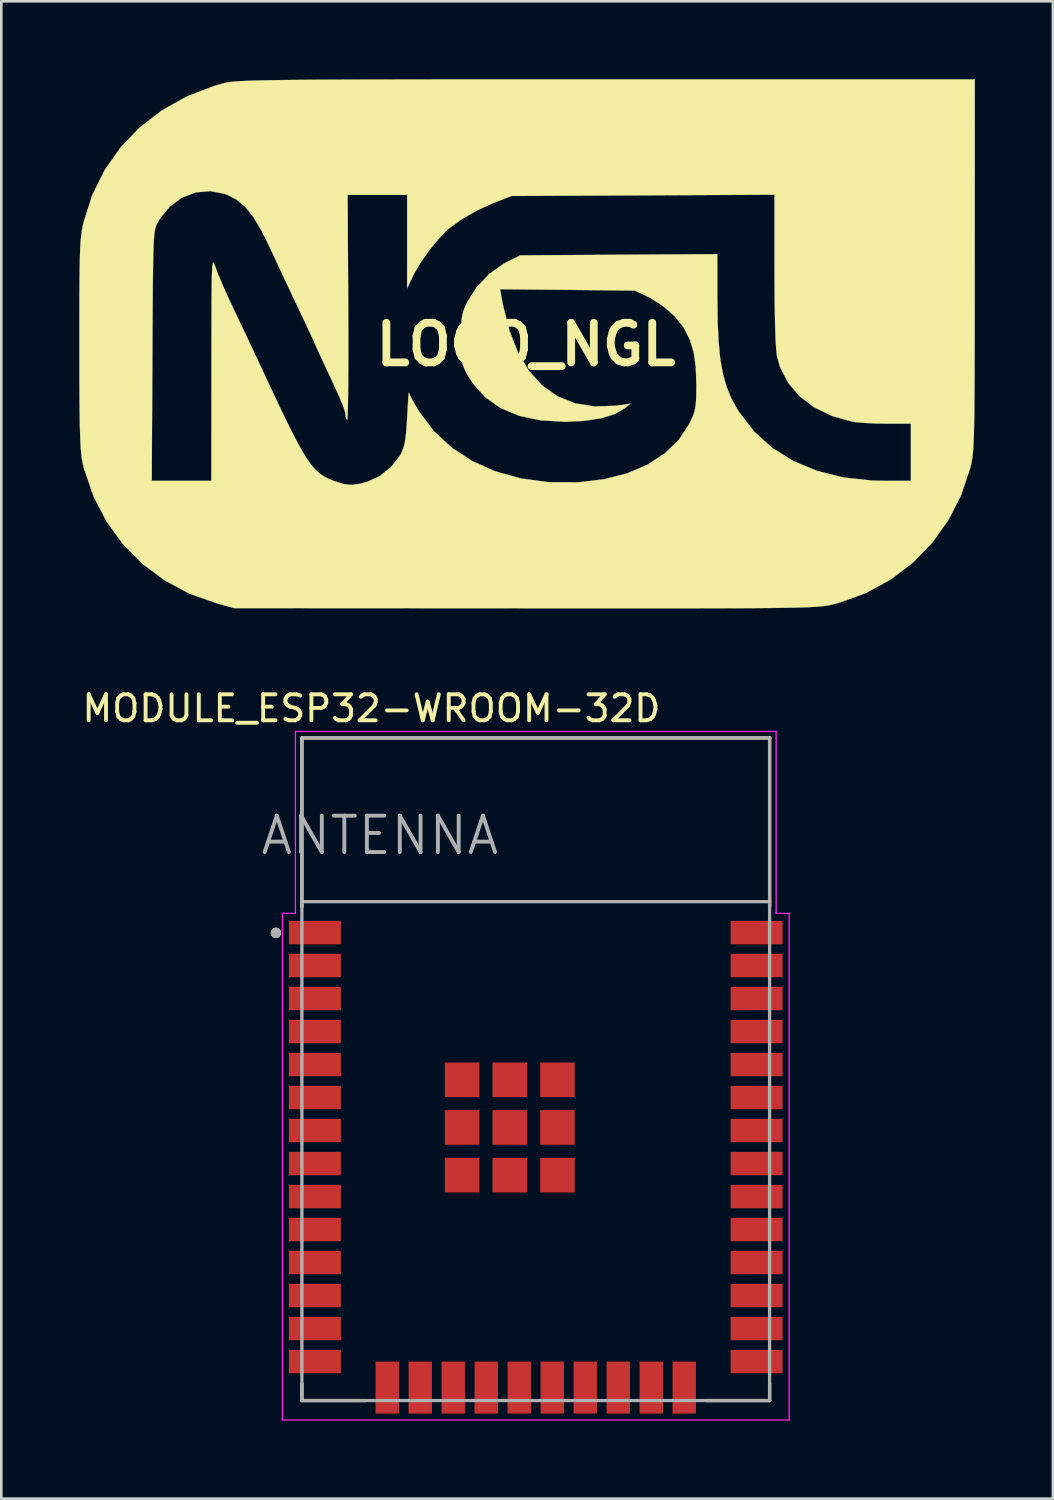
<source format=kicad_pcb>
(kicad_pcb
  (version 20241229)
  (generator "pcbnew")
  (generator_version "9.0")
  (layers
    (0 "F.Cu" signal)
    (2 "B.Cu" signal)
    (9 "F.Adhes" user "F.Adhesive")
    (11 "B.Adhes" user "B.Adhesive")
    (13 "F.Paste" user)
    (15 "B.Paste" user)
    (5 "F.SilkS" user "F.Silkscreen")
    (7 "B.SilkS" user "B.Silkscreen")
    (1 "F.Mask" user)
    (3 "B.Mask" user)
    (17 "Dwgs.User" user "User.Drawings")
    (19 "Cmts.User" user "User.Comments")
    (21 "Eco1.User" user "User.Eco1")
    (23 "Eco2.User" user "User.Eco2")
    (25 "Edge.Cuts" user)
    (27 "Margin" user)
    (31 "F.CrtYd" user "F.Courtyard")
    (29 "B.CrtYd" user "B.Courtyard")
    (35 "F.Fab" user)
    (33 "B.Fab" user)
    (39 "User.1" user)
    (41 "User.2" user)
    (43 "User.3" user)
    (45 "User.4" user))
  (footprint "LOGO_NGL"
    (layer "F.Cu")
    (at 17.19 10.207)
    (property "Reference" "LOGO_NGL" (at 0 0 0) (layer "F.SilkS") (effects (font (size 1.524 1.524) (thickness 0.3))))
    (attr through_hole)
    (fp_poly (pts (xy 17.273 -3.058) (xy 17.272 -1.791) (xy 17.271 -0.682) (xy 17.27 0.282) (xy 17.267 1.111) (xy 17.264 1.818) (xy 17.259 2.414) (xy 17.252 2.911) (xy 17.244 3.32) (xy 17.233 3.653) (xy 17.22 3.923) (xy 17.204 4.14) (xy 17.186 4.316) (xy 17.163 4.463) (xy 17.138 4.593) (xy 17.109 4.717) (xy 17.097 4.765) (xy 16.746 5.807) (xy 16.255 6.767) (xy 15.633 7.634) (xy 14.894 8.396) (xy 14.048 9.04) (xy 13.108 9.556) (xy 12.087 9.93) (xy 11.882 9.985) (xy 11.78 10.01) (xy 11.677 10.033) (xy 11.565 10.053) (xy 11.433 10.071) (xy 11.273 10.087) (xy 11.076 10.1) (xy 10.833 10.112) (xy 10.534 10.122) (xy 10.171 10.131) (xy 9.735 10.138) (xy 9.217 10.143) (xy 8.608 10.148) (xy 7.898 10.151) (xy 7.078 10.153) (xy 6.14 10.155) (xy 5.075 10.155) (xy 3.873 10.155) (xy 2.526 10.155) (xy 1.024 10.154) (xy -0.014 10.154) (xy -11.218 10.147) (xy -11.913 9.957) (xy -12.955 9.587) (xy -13.908 9.077) (xy -14.763 8.437) (xy -15.51 7.68) (xy -16.139 6.814) (xy -16.639 5.851) (xy -16.845 5.249) (xy -14.4 5.249) (xy -12.107 5.249) (xy -12.103 0.91) (xy -12.102 -0.057) (xy -12.1 -0.866) (xy -12.098 -1.531) (xy -12.094 -2.063) (xy -12.089 -2.474) (xy -12.081 -2.777) (xy -12.07 -2.984) (xy -12.056 -3.106) (xy -12.038 -3.157) (xy -12.016 -3.148) (xy -11.989 -3.091) (xy -11.956 -2.999) (xy -11.944 -2.963) (xy -11.848 -2.709) (xy -11.697 -2.348) (xy -11.511 -1.927) (xy -11.308 -1.491) (xy -11.284 -1.439) (xy -11.045 -0.937) (xy -10.769 -0.354) (xy -10.49 0.237) (xy -10.245 0.762) (xy -9.821 1.669) (xy -9.459 2.435) (xy -9.15 3.073) (xy -8.885 3.597) (xy -8.657 4.02) (xy -8.457 4.354) (xy -8.276 4.614) (xy -8.107 4.813) (xy -7.94 4.964) (xy -7.768 5.08) (xy -7.581 5.174) (xy -7.402 5.248) (xy -7.04 5.368) (xy -6.732 5.406) (xy -6.402 5.365) (xy -6.106 5.287) (xy -5.625 5.064) (xy -5.189 4.715) (xy -4.85 4.282) (xy -4.803 4.197) (xy -4.72 4.004) (xy -4.659 3.772) (xy -4.616 3.462) (xy -4.583 3.037) (xy -4.569 2.794) (xy -4.548 2.407) (xy -4.529 2.102) (xy -4.513 1.907) (xy -4.503 1.85) (xy -4.502 1.856) (xy -4.452 1.979) (xy -4.334 2.203) (xy -4.168 2.487) (xy -4.106 2.588) (xy -3.543 3.333) (xy -2.86 3.967) (xy -2.067 4.486) (xy -1.174 4.884) (xy -0.192 5.156) (xy 0.868 5.299) (xy 1.994 5.306) (xy 2.032 5.304) (xy 3.014 5.187) (xy 3.901 4.959) (xy 4.683 4.624) (xy 5.35 4.188) (xy 5.892 3.657) (xy 6.297 3.036) (xy 6.313 3.004) (xy 6.421 2.77) (xy 6.492 2.566) (xy 6.534 2.347) (xy 6.554 2.066) (xy 6.56 1.677) (xy 6.56 1.524) (xy 6.536 0.854) (xy 6.458 0.305) (xy 6.316 -0.166) (xy 6.1 -0.6) (xy 6.053 -0.678) (xy 5.726 -1.085) (xy 5.288 -1.47) (xy 4.796 -1.786) (xy 4.667 -1.851) (xy 4.191 -2.074) (xy 1.596 -2.101) (xy -0.998 -2.128) (xy -0.881 -1.511) (xy -0.635 -0.526) (xy -0.3 0.319) (xy 0.122 1.023) (xy 0.63 1.582) (xy 1.22 1.997) (xy 1.893 2.266) (xy 2.644 2.386) (xy 3.474 2.357) (xy 3.646 2.334) (xy 4.022 2.277) (xy 3.81 2.45) (xy 3.42 2.678) (xy 2.886 2.843) (xy 2.222 2.943) (xy 1.506 2.975) (xy 0.56 2.918) (xy -0.267 2.742) (xy -0.977 2.445) (xy -1.57 2.028) (xy -2.049 1.488) (xy -2.247 1.172) (xy -2.358 0.96) (xy -2.431 0.775) (xy -2.472 0.571) (xy -2.492 0.302) (xy -2.497 -0.077) (xy -2.498 -0.212) (xy -2.494 -0.637) (xy -2.477 -0.942) (xy -2.439 -1.174) (xy -2.373 -1.38) (xy -2.268 -1.61) (xy -2.258 -1.631) (xy -1.89 -2.21) (xy -1.405 -2.719) (xy -0.846 -3.114) (xy -0.72 -3.18) (xy -0.212 -3.429) (xy 3.577 -3.453) (xy 7.366 -3.476) (xy 7.368 -1.802) (xy 7.379 -0.883) (xy 7.414 -0.108) (xy 7.478 0.547) (xy 7.576 1.107) (xy 7.71 1.595) (xy 7.888 2.036) (xy 8.112 2.454) (xy 8.211 2.611) (xy 8.792 3.359) (xy 9.489 3.986) (xy 10.298 4.49) (xy 11.211 4.868) (xy 12.224 5.119) (xy 13.33 5.239) (xy 13.797 5.249) (xy 14.817 5.249) (xy 14.817 3.048) (xy 13.897 3.048) (xy 13.467 3.04) (xy 13.052 3.02) (xy 12.712 2.991) (xy 12.561 2.969) (xy 11.783 2.753) (xy 11.104 2.425) (xy 10.536 1.995) (xy 10.091 1.475) (xy 9.784 0.876) (xy 9.664 0.455) (xy 9.634 0.211) (xy 9.61 -0.191) (xy 9.59 -0.741) (xy 9.577 -1.429) (xy 9.569 -2.243) (xy 9.567 -2.896) (xy 9.567 -5.764) (xy 4.508 -5.739) (xy -0.55 -5.715) (xy -1.237 -5.45) (xy -1.864 -5.169) (xy -2.454 -4.832) (xy -2.949 -4.474) (xy -3.055 -4.381) (xy -3.389 -4.034) (xy -3.739 -3.6) (xy -4.059 -3.143) (xy -4.303 -2.725) (xy -4.33 -2.67) (xy -4.572 -2.159) (xy -4.572 -3.958) (xy -4.572 -5.757) (xy -6.861 -5.757) (xy -6.838 -1.405) (xy -6.835 -0.566) (xy -6.834 0.218) (xy -6.836 0.932) (xy -6.84 1.56) (xy -6.846 2.087) (xy -6.854 2.496) (xy -6.864 2.773) (xy -6.875 2.901) (xy -6.879 2.908) (xy -6.933 2.8) (xy -6.943 2.715) (xy -6.958 2.608) (xy -7.007 2.445) (xy -7.1 2.207) (xy -7.245 1.875) (xy -7.448 1.43) (xy -7.715 0.858) (xy -7.878 0.509) (xy -8.011 0.221) (xy -8.099 0.026) (xy -8.128 -0.044) (xy -8.162 -0.124) (xy -8.258 -0.332) (xy -8.403 -0.642) (xy -8.585 -1.028) (xy -8.746 -1.367) (xy -9.003 -1.911) (xy -9.285 -2.509) (xy -9.561 -3.099) (xy -9.802 -3.618) (xy -9.868 -3.76) (xy -10.191 -4.411) (xy -10.497 -4.916) (xy -10.803 -5.296) (xy -11.126 -5.57) (xy -11.484 -5.757) (xy -11.606 -5.802) (xy -12.168 -5.905) (xy -12.722 -5.85) (xy -13.242 -5.647) (xy -13.704 -5.309) (xy -14.083 -4.844) (xy -14.168 -4.699) (xy -14.207 -4.624) (xy -14.24 -4.544) (xy -14.268 -4.446) (xy -14.291 -4.316) (xy -14.31 -4.14) (xy -14.325 -3.904) (xy -14.337 -3.595) (xy -14.346 -3.197) (xy -14.354 -2.698) (xy -14.36 -2.084) (xy -14.366 -1.339) (xy -14.371 -0.452) (xy -14.375 0.445) (xy -14.4 5.249) (xy -16.845 5.249) (xy -17 4.801) (xy -17.057 4.572) (xy -17.088 4.412) (xy -17.113 4.21) (xy -17.134 3.951) (xy -17.151 3.619) (xy -17.164 3.201) (xy -17.173 2.679) (xy -17.18 2.039) (xy -17.184 1.266) (xy -17.185 0.343) (xy -17.185 0) (xy -17.185 -0.94) (xy -17.184 -1.728) (xy -17.18 -2.381) (xy -17.174 -2.914) (xy -17.165 -3.346) (xy -17.153 -3.692) (xy -17.136 -3.97) (xy -17.114 -4.197) (xy -17.087 -4.389) (xy -17.054 -4.564) (xy -17.019 -4.718) (xy -16.686 -5.759) (xy -16.209 -6.718) (xy -15.598 -7.585) (xy -14.863 -8.351) (xy -14.014 -9.006) (xy -13.06 -9.541) (xy -12.01 -9.946) (xy -11.627 -10.054) (xy -11.545 -10.073) (xy -11.449 -10.09) (xy -11.331 -10.106) (xy -11.184 -10.12) (xy -11 -10.133) (xy -10.77 -10.144) (xy -10.487 -10.154) (xy -10.143 -10.163) (xy -9.73 -10.171) (xy -9.241 -10.178) (xy -8.667 -10.183) (xy -8.002 -10.188) (xy -7.236 -10.192) (xy -6.362 -10.195) (xy -5.372 -10.197) (xy -4.259 -10.199) (xy -3.014 -10.201) (xy -1.63 -10.201) (xy -0.098 -10.202) (xy 1.588 -10.202) (xy 3.113 -10.202) (xy 17.276 -10.202) (xy 17.273 -3.058)) (stroke (width 0.01) (type solid)) (fill yes) (layer "F.SilkS")))
  (footprint "MODULE_ESP32-WROOM-32D"
    (layer "F.Cu")
    (at 17.569 38.101)
    (property "Reference" "MODULE_ESP32-WROOM-32D" (at -6.325 -13.885 0) (layer "F.SilkS") (effects (font (size 1 1) (thickness 0.15))))
    (attr through_hole)
    (fp_line (start -9 -12.75) (end 9 -12.75) (stroke (width 0.127) (type solid)) (layer "F.SilkS"))
    (fp_line (start -9 -6.25) (end -9 -12.75) (stroke (width 0.127) (type solid)) (layer "F.SilkS"))
    (fp_line (start -9 12.1) (end -9 12.75) (stroke (width 0.127) (type solid)) (layer "F.SilkS"))
    (fp_line (start -9 12.75) (end -6.55 12.75) (stroke (width 0.127) (type solid)) (layer "F.SilkS"))
    (fp_line (start 6.55 12.75) (end 9 12.75) (stroke (width 0.127) (type solid)) (layer "F.SilkS"))
    (fp_line (start 9 -12.75) (end 9 -6.25) (stroke (width 0.127) (type solid)) (layer "F.SilkS"))
    (fp_line (start 9 12.75) (end 9 12.1) (stroke (width 0.127) (type solid)) (layer "F.SilkS"))
    (fp_circle (center -10 -5.25) (end -9.9 -5.25) (stroke (width 0.2) (type solid)) (fill no) (layer "F.SilkS"))
    (fp_poly (pts (xy -9 -12.75) (xy 9 -12.75) (xy 9 -6.45) (xy -9 -6.45)) (stroke (width 0.01) (type solid)) (fill no) (layer "Dwgs.User"))
    (fp_poly (pts (xy -9 -12.75) (xy 9 -12.75) (xy 9 -6.45) (xy -9 -6.45)) (stroke (width 0.01) (type solid)) (fill no) (layer "Dwgs.User"))
    (fp_line (start -9.75 -6) (end -9.25 -6) (stroke (width 0.05) (type solid)) (layer "F.CrtYd"))
    (fp_line (start -9.75 13.5) (end -9.75 -6) (stroke (width 0.05) (type solid)) (layer "F.CrtYd"))
    (fp_line (start -9.25 -13) (end 9.25 -13) (stroke (width 0.05) (type solid)) (layer "F.CrtYd"))
    (fp_line (start -9.25 -6) (end -9.25 -13) (stroke (width 0.05) (type solid)) (layer "F.CrtYd"))
    (fp_line (start 9.25 -13) (end 9.25 -6) (stroke (width 0.05) (type solid)) (layer "F.CrtYd"))
    (fp_line (start 9.25 -6) (end 9.75 -6) (stroke (width 0.05) (type solid)) (layer "F.CrtYd"))
    (fp_line (start 9.75 -6) (end 9.75 13.5) (stroke (width 0.05) (type solid)) (layer "F.CrtYd"))
    (fp_line (start 9.75 13.5) (end -9.75 13.5) (stroke (width 0.05) (type solid)) (layer "F.CrtYd"))
    (fp_line (start -9 -12.75) (end -9 -6.45) (stroke (width 0.127) (type solid)) (layer "F.Fab"))
    (fp_line (start -9 -12.75) (end 9 -12.75) (stroke (width 0.127) (type solid)) (layer "F.Fab"))
    (fp_line (start -9 -6.45) (end 9 -6.45) (stroke (width 0.127) (type solid)) (layer "F.Fab"))
    (fp_line (start -9 12.75) (end -9 -6.45) (stroke (width 0.127) (type solid)) (layer "F.Fab"))
    (fp_line (start 9 -12.75) (end 9 -6.45) (stroke (width 0.127) (type solid)) (layer "F.Fab"))
    (fp_line (start 9 -6.45) (end 9 12.75) (stroke (width 0.127) (type solid)) (layer "F.Fab"))
    (fp_line (start 9 12.75) (end -9 12.75) (stroke (width 0.127) (type solid)) (layer "F.Fab"))
    (fp_circle (center -10 -5.25) (end -9.9 -5.25) (stroke (width 0.2) (type solid)) (fill no) (layer "F.Fab"))
    (fp_text user "ANTENNA" (at -6 -9 0) (layer "F.Fab") (effects (font (size 1.4 1.4) (thickness 0.15))))
    (pad "1" smd rect (at -8.5 -5.26) (size 2 0.9) (layers "F.Cu" "F.Mask" "F.Paste"))
    (pad "2" smd rect (at -8.5 -3.99) (size 2 0.9) (layers "F.Cu" "F.Mask" "F.Paste"))
    (pad "3" smd rect (at -8.5 -2.72) (size 2 0.9) (layers "F.Cu" "F.Mask" "F.Paste"))
    (pad "4" smd rect (at -8.5 -1.45) (size 2 0.9) (layers "F.Cu" "F.Mask" "F.Paste"))
    (pad "5" smd rect (at -8.5 -0.18) (size 2 0.9) (layers "F.Cu" "F.Mask" "F.Paste"))
    (pad "6" smd rect (at -8.5 1.09) (size 2 0.9) (layers "F.Cu" "F.Mask" "F.Paste"))
    (pad "7" smd rect (at -8.5 2.36) (size 2 0.9) (layers "F.Cu" "F.Mask" "F.Paste"))
    (pad "8" smd rect (at -8.5 3.63) (size 2 0.9) (layers "F.Cu" "F.Mask" "F.Paste"))
    (pad "9" smd rect (at -8.5 4.9) (size 2 0.9) (layers "F.Cu" "F.Mask" "F.Paste"))
    (pad "10" smd rect (at -8.5 6.17) (size 2 0.9) (layers "F.Cu" "F.Mask" "F.Paste"))
    (pad "11" smd rect (at -8.5 7.44) (size 2 0.9) (layers "F.Cu" "F.Mask" "F.Paste"))
    (pad "12" smd rect (at -8.5 8.71) (size 2 0.9) (layers "F.Cu" "F.Mask" "F.Paste"))
    (pad "13" smd rect (at -8.5 9.98) (size 2 0.9) (layers "F.Cu" "F.Mask" "F.Paste"))
    (pad "14" smd rect (at -8.5 11.25) (size 2 0.9) (layers "F.Cu" "F.Mask" "F.Paste"))
    (pad "15" smd rect (at -5.715 12.25) (size 0.9 2) (layers "F.Cu" "F.Mask" "F.Paste"))
    (pad "16" smd rect (at -4.445 12.25) (size 0.9 2) (layers "F.Cu" "F.Mask" "F.Paste"))
    (pad "17" smd rect (at -3.175 12.25) (size 0.9 2) (layers "F.Cu" "F.Mask" "F.Paste"))
    (pad "18" smd rect (at -1.905 12.25) (size 0.9 2) (layers "F.Cu" "F.Mask" "F.Paste"))
    (pad "19" smd rect (at -0.635 12.25) (size 0.9 2) (layers "F.Cu" "F.Mask" "F.Paste"))
    (pad "20" smd rect (at 0.635 12.25) (size 0.9 2) (layers "F.Cu" "F.Mask" "F.Paste"))
    (pad "21" smd rect (at 1.905 12.25) (size 0.9 2) (layers "F.Cu" "F.Mask" "F.Paste"))
    (pad "22" smd rect (at 3.175 12.25) (size 0.9 2) (layers "F.Cu" "F.Mask" "F.Paste"))
    (pad "23" smd rect (at 4.445 12.25) (size 0.9 2) (layers "F.Cu" "F.Mask" "F.Paste"))
    (pad "24" smd rect (at 5.715 12.25) (size 0.9 2) (layers "F.Cu" "F.Mask" "F.Paste"))
    (pad "25" smd rect (at 8.5 11.25) (size 2 0.9) (layers "F.Cu" "F.Mask" "F.Paste"))
    (pad "26" smd rect (at 8.5 9.98) (size 2 0.9) (layers "F.Cu" "F.Mask" "F.Paste"))
    (pad "27" smd rect (at 8.5 8.71) (size 2 0.9) (layers "F.Cu" "F.Mask" "F.Paste"))
    (pad "28" smd rect (at 8.5 7.44) (size 2 0.9) (layers "F.Cu" "F.Mask" "F.Paste"))
    (pad "29" smd rect (at 8.5 6.17) (size 2 0.9) (layers "F.Cu" "F.Mask" "F.Paste"))
    (pad "30" smd rect (at 8.5 4.9) (size 2 0.9) (layers "F.Cu" "F.Mask" "F.Paste"))
    (pad "31" smd rect (at 8.5 3.63) (size 2 0.9) (layers "F.Cu" "F.Mask" "F.Paste"))
    (pad "32" smd rect (at 8.5 2.36) (size 2 0.9) (layers "F.Cu" "F.Mask" "F.Paste"))
    (pad "33" smd rect (at 8.5 1.09) (size 2 0.9) (layers "F.Cu" "F.Mask" "F.Paste"))
    (pad "34" smd rect (at 8.5 -0.18) (size 2 0.9) (layers "F.Cu" "F.Mask" "F.Paste"))
    (pad "35" smd rect (at 8.5 -1.45) (size 2 0.9) (layers "F.Cu" "F.Mask" "F.Paste"))
    (pad "36" smd rect (at 8.5 -2.72) (size 2 0.9) (layers "F.Cu" "F.Mask" "F.Paste"))
    (pad "37" smd rect (at 8.5 -3.99) (size 2 0.9) (layers "F.Cu" "F.Mask" "F.Paste"))
    (pad "38" smd rect (at 8.5 -5.26) (size 2 0.9) (layers "F.Cu" "F.Mask" "F.Paste"))
    (pad "39_1" smd rect (at -2.835 0.405) (size 1.33 1.33) (layers "F.Cu" "F.Mask" "F.Paste"))
    (pad "39_2" smd rect (at -1 0.405) (size 1.33 1.33) (layers "F.Cu" "F.Mask" "F.Paste"))
    (pad "39_3" smd rect (at 0.835 0.405) (size 1.33 1.33) (layers "F.Cu" "F.Mask" "F.Paste"))
    (pad "39_4" smd rect (at -2.835 2.24) (size 1.33 1.33) (layers "F.Cu" "F.Mask" "F.Paste"))
    (pad "39_5" smd rect (at -1 2.24) (size 1.33 1.33) (layers "F.Cu" "F.Mask" "F.Paste"))
    (pad "39_6" smd rect (at 0.835 2.24) (size 1.33 1.33) (layers "F.Cu" "F.Mask" "F.Paste"))
    (pad "39_7" smd rect (at -2.835 4.075) (size 1.33 1.33) (layers "F.Cu" "F.Mask" "F.Paste"))
    (pad "39_8" smd rect (at -1 4.075) (size 1.33 1.33) (layers "F.Cu" "F.Mask" "F.Paste"))
    (pad "39_9" smd rect (at 0.835 4.075) (size 1.33 1.33) (layers "F.Cu" "F.Mask" "F.Paste")))
  (gr_rect
    (start -3 -3)
    (end 37.471 54.626)
    (stroke (width 0.1) (type default))
    (fill no)
    (layer "Edge.Cuts")))
</source>
